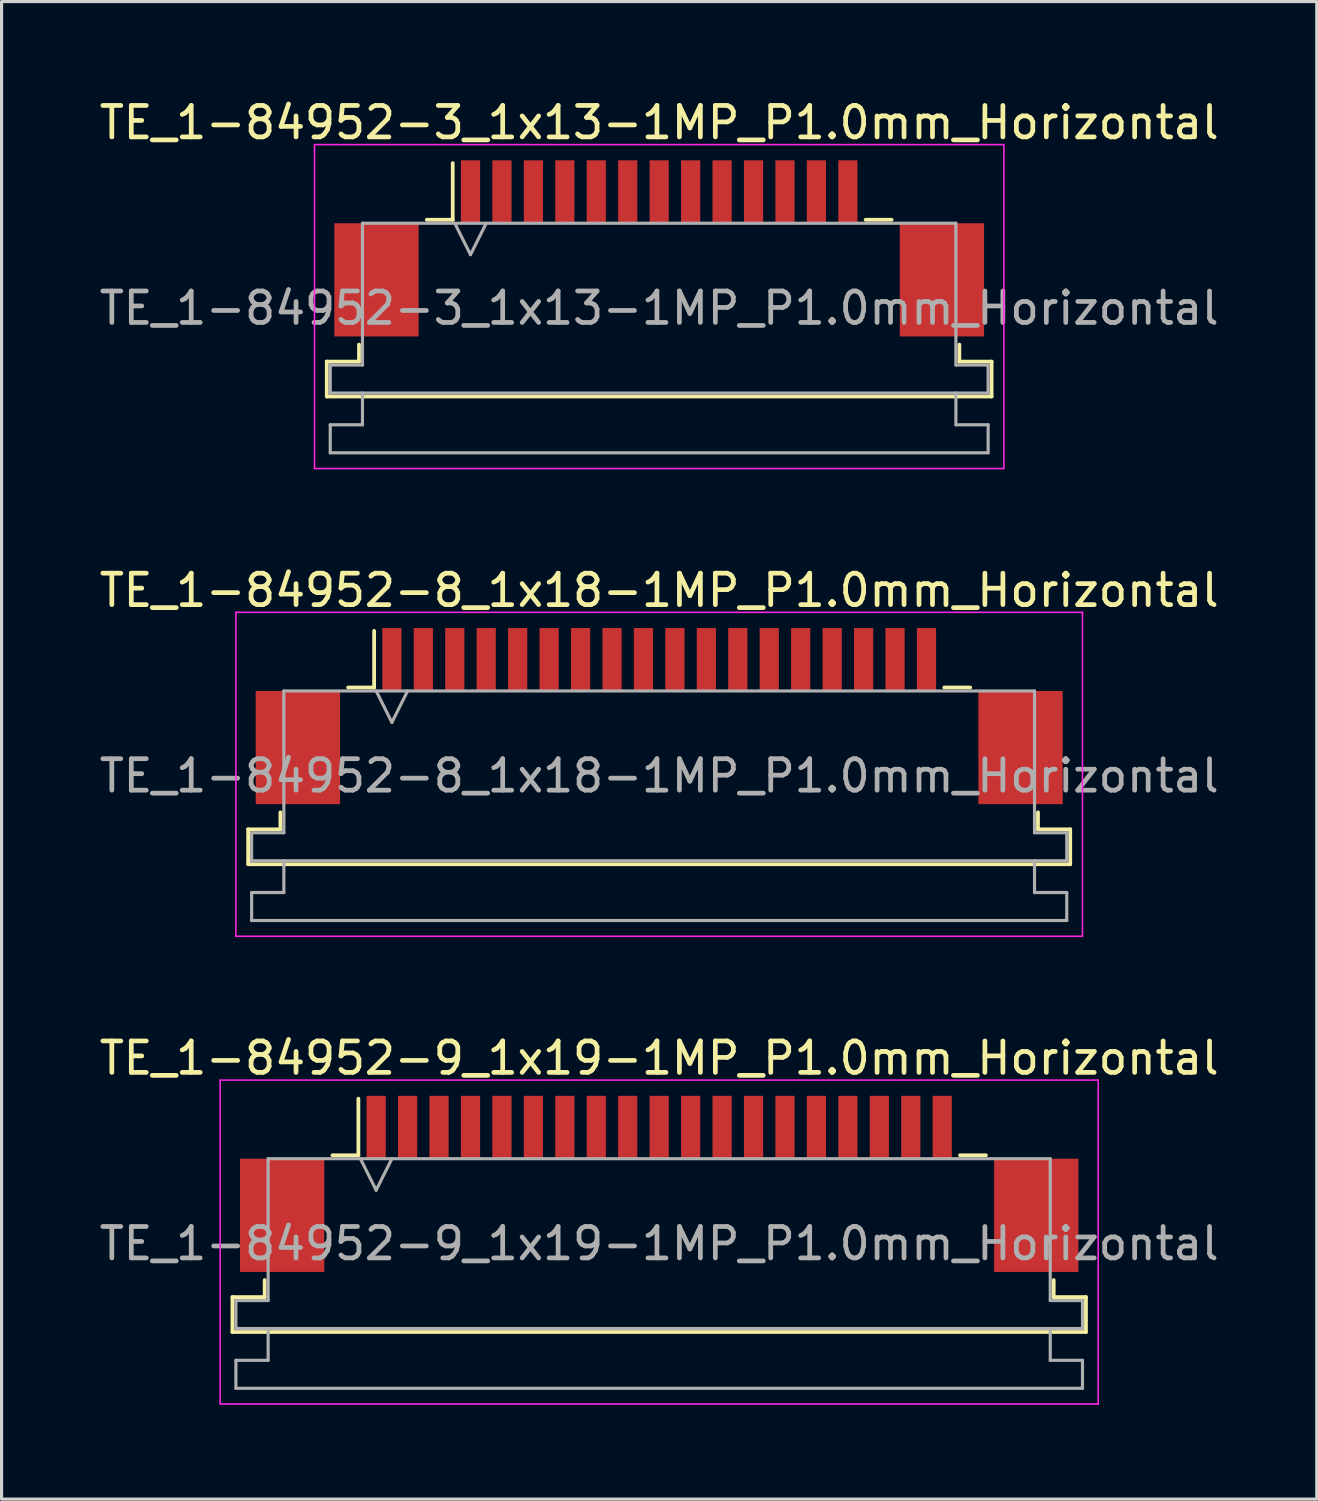
<source format=kicad_pcb>
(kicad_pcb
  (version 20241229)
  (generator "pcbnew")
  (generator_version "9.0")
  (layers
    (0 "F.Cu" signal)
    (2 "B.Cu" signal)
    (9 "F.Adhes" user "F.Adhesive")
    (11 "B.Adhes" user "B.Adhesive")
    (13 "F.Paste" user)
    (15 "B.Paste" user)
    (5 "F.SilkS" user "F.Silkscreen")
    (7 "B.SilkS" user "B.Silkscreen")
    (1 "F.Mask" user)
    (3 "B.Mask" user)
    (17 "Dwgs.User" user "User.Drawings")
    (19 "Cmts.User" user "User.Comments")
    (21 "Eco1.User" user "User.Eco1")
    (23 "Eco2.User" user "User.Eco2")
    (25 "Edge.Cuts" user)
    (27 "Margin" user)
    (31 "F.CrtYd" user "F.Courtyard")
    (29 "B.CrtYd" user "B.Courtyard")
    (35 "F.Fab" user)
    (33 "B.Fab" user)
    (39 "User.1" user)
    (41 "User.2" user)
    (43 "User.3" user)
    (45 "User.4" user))
  (footprint "TE_1-84952-3_1x13-1MP_P1.0mm_Horizontal"
    (layer "F.Cu")
    (at 17.911 4.848)
    (property "Reference" "TE_1-84952-3_1x13-1MP_P1.0mm_Horizontal" (at 0 -4 0) (layer "F.SilkS") (effects (font (size 1 1) (thickness 0.15))))
    (attr smd)
    (fp_line (start -10.57 3.6) (end -9.545 3.6) (stroke (width 0.12) (type solid)) (layer "F.SilkS"))
    (fp_line (start -10.57 4.71) (end -10.57 3.6) (stroke (width 0.12) (type solid)) (layer "F.SilkS"))
    (fp_line (start -9.545 3.6) (end -9.545 3.06) (stroke (width 0.12) (type solid)) (layer "F.SilkS"))
    (fp_line (start -7.39 -0.91) (end -6.565 -0.91) (stroke (width 0.12) (type solid)) (layer "F.SilkS"))
    (fp_line (start -6.565 -0.91) (end -6.565 -2.71) (stroke (width 0.12) (type solid)) (layer "F.SilkS"))
    (fp_line (start 6.565 -0.91) (end 7.39 -0.91) (stroke (width 0.12) (type solid)) (layer "F.SilkS"))
    (fp_line (start 9.545 3.06) (end 9.545 3.6) (stroke (width 0.12) (type solid)) (layer "F.SilkS"))
    (fp_line (start 9.545 3.6) (end 10.57 3.6) (stroke (width 0.12) (type solid)) (layer "F.SilkS"))
    (fp_line (start 10.57 3.6) (end 10.57 4.71) (stroke (width 0.12) (type solid)) (layer "F.SilkS"))
    (fp_line (start 10.57 4.71) (end -10.57 4.71) (stroke (width 0.12) (type solid)) (layer "F.SilkS"))
    (fp_line (start -10.96 -3.3) (end -10.96 7) (stroke (width 0.05) (type solid)) (layer "F.CrtYd"))
    (fp_line (start -10.96 7) (end 10.96 7) (stroke (width 0.05) (type solid)) (layer "F.CrtYd"))
    (fp_line (start 10.96 -3.3) (end -10.96 -3.3) (stroke (width 0.05) (type solid)) (layer "F.CrtYd"))
    (fp_line (start 10.96 7) (end 10.96 -3.3) (stroke (width 0.05) (type solid)) (layer "F.CrtYd"))
    (fp_line (start -10.46 3.71) (end -9.435 3.71) (stroke (width 0.1) (type solid)) (layer "F.Fab"))
    (fp_line (start -10.46 4.6) (end -10.46 3.71) (stroke (width 0.1) (type solid)) (layer "F.Fab"))
    (fp_line (start -10.46 5.61) (end -9.435 5.61) (stroke (width 0.1) (type solid)) (layer "F.Fab"))
    (fp_line (start -10.46 6.5) (end -10.46 5.61) (stroke (width 0.1) (type solid)) (layer "F.Fab"))
    (fp_line (start -9.435 -0.8) (end 9.435 -0.8) (stroke (width 0.1) (type solid)) (layer "F.Fab"))
    (fp_line (start -9.435 3.71) (end -9.435 -0.8) (stroke (width 0.1) (type solid)) (layer "F.Fab"))
    (fp_line (start -9.435 5.61) (end -9.435 4.6) (stroke (width 0.1) (type solid)) (layer "F.Fab"))
    (fp_line (start -6.5 -0.8) (end -6 0.2) (stroke (width 0.1) (type solid)) (layer "F.Fab"))
    (fp_line (start -6 0.2) (end -5.5 -0.8) (stroke (width 0.1) (type solid)) (layer "F.Fab"))
    (fp_line (start 9.435 -0.8) (end 9.435 3.71) (stroke (width 0.1) (type solid)) (layer "F.Fab"))
    (fp_line (start 9.435 3.71) (end 10.46 3.71) (stroke (width 0.1) (type solid)) (layer "F.Fab"))
    (fp_line (start 9.435 4.6) (end 9.435 5.61) (stroke (width 0.1) (type solid)) (layer "F.Fab"))
    (fp_line (start 9.435 5.61) (end 10.46 5.61) (stroke (width 0.1) (type solid)) (layer "F.Fab"))
    (fp_line (start 10.46 3.71) (end 10.46 4.6) (stroke (width 0.1) (type solid)) (layer "F.Fab"))
    (fp_line (start 10.46 4.6) (end -10.46 4.6) (stroke (width 0.1) (type solid)) (layer "F.Fab"))
    (fp_line (start 10.46 5.61) (end 10.46 6.5) (stroke (width 0.1) (type solid)) (layer "F.Fab"))
    (fp_line (start 10.46 6.5) (end -10.46 6.5) (stroke (width 0.1) (type solid)) (layer "F.Fab"))
    (fp_text user "${REFERENCE}" (at 0 1.9 0) (layer "F.Fab") (effects (font (size 1 1) (thickness 0.15))))
    (pad "1" smd rect (at -6 -1.8) (size 0.61 2) (layers "F.Cu" "F.Mask" "F.Paste"))
    (pad "2" smd rect (at -5 -1.8) (size 0.61 2) (layers "F.Cu" "F.Mask" "F.Paste"))
    (pad "3" smd rect (at -4 -1.8) (size 0.61 2) (layers "F.Cu" "F.Mask" "F.Paste"))
    (pad "4" smd rect (at -3 -1.8) (size 0.61 2) (layers "F.Cu" "F.Mask" "F.Paste"))
    (pad "5" smd rect (at -2 -1.8) (size 0.61 2) (layers "F.Cu" "F.Mask" "F.Paste"))
    (pad "6" smd rect (at -1 -1.8) (size 0.61 2) (layers "F.Cu" "F.Mask" "F.Paste"))
    (pad "7" smd rect (at 0 -1.8) (size 0.61 2) (layers "F.Cu" "F.Mask" "F.Paste"))
    (pad "8" smd rect (at 1 -1.8) (size 0.61 2) (layers "F.Cu" "F.Mask" "F.Paste"))
    (pad "9" smd rect (at 2 -1.8) (size 0.61 2) (layers "F.Cu" "F.Mask" "F.Paste"))
    (pad "10" smd rect (at 3 -1.8) (size 0.61 2) (layers "F.Cu" "F.Mask" "F.Paste"))
    (pad "11" smd rect (at 4 -1.8) (size 0.61 2) (layers "F.Cu" "F.Mask" "F.Paste"))
    (pad "12" smd rect (at 5 -1.8) (size 0.61 2) (layers "F.Cu" "F.Mask" "F.Paste"))
    (pad "13" smd rect (at 6 -1.8) (size 0.61 2) (layers "F.Cu" "F.Mask" "F.Paste"))
    (pad "MP" smd rect (at -8.99 1) (size 2.68 3.6) (layers "F.Cu" "F.Mask" "F.Paste"))
    (pad "MP" smd rect (at 8.99 1) (size 2.68 3.6) (layers "F.Cu" "F.Mask" "F.Paste")))
  (footprint "TE_1-84952-9_1x19-1MP_P1.0mm_Horizontal"
    (layer "F.Cu")
    (at 17.911 34.595)
    (property "Reference" "TE_1-84952-9_1x19-1MP_P1.0mm_Horizontal" (at 0 -4 0) (layer "F.SilkS") (effects (font (size 1 1) (thickness 0.15))))
    (attr smd)
    (fp_line (start -13.57 3.6) (end -12.545 3.6) (stroke (width 0.12) (type solid)) (layer "F.SilkS"))
    (fp_line (start -13.57 4.71) (end -13.57 3.6) (stroke (width 0.12) (type solid)) (layer "F.SilkS"))
    (fp_line (start -12.545 3.6) (end -12.545 3.06) (stroke (width 0.12) (type solid)) (layer "F.SilkS"))
    (fp_line (start -10.39 -0.91) (end -9.565 -0.91) (stroke (width 0.12) (type solid)) (layer "F.SilkS"))
    (fp_line (start -9.565 -0.91) (end -9.565 -2.71) (stroke (width 0.12) (type solid)) (layer "F.SilkS"))
    (fp_line (start 9.565 -0.91) (end 10.39 -0.91) (stroke (width 0.12) (type solid)) (layer "F.SilkS"))
    (fp_line (start 12.545 3.06) (end 12.545 3.6) (stroke (width 0.12) (type solid)) (layer "F.SilkS"))
    (fp_line (start 12.545 3.6) (end 13.57 3.6) (stroke (width 0.12) (type solid)) (layer "F.SilkS"))
    (fp_line (start 13.57 3.6) (end 13.57 4.71) (stroke (width 0.12) (type solid)) (layer "F.SilkS"))
    (fp_line (start 13.57 4.71) (end -13.57 4.71) (stroke (width 0.12) (type solid)) (layer "F.SilkS"))
    (fp_line (start -13.96 -3.3) (end -13.96 7) (stroke (width 0.05) (type solid)) (layer "F.CrtYd"))
    (fp_line (start -13.96 7) (end 13.96 7) (stroke (width 0.05) (type solid)) (layer "F.CrtYd"))
    (fp_line (start 13.96 -3.3) (end -13.96 -3.3) (stroke (width 0.05) (type solid)) (layer "F.CrtYd"))
    (fp_line (start 13.96 7) (end 13.96 -3.3) (stroke (width 0.05) (type solid)) (layer "F.CrtYd"))
    (fp_line (start -13.46 3.71) (end -12.435 3.71) (stroke (width 0.1) (type solid)) (layer "F.Fab"))
    (fp_line (start -13.46 4.6) (end -13.46 3.71) (stroke (width 0.1) (type solid)) (layer "F.Fab"))
    (fp_line (start -13.46 5.61) (end -12.435 5.61) (stroke (width 0.1) (type solid)) (layer "F.Fab"))
    (fp_line (start -13.46 6.5) (end -13.46 5.61) (stroke (width 0.1) (type solid)) (layer "F.Fab"))
    (fp_line (start -12.435 -0.8) (end 12.435 -0.8) (stroke (width 0.1) (type solid)) (layer "F.Fab"))
    (fp_line (start -12.435 3.71) (end -12.435 -0.8) (stroke (width 0.1) (type solid)) (layer "F.Fab"))
    (fp_line (start -12.435 5.61) (end -12.435 4.6) (stroke (width 0.1) (type solid)) (layer "F.Fab"))
    (fp_line (start -9.5 -0.8) (end -9 0.2) (stroke (width 0.1) (type solid)) (layer "F.Fab"))
    (fp_line (start -9 0.2) (end -8.5 -0.8) (stroke (width 0.1) (type solid)) (layer "F.Fab"))
    (fp_line (start 12.435 -0.8) (end 12.435 3.71) (stroke (width 0.1) (type solid)) (layer "F.Fab"))
    (fp_line (start 12.435 3.71) (end 13.46 3.71) (stroke (width 0.1) (type solid)) (layer "F.Fab"))
    (fp_line (start 12.435 4.6) (end 12.435 5.61) (stroke (width 0.1) (type solid)) (layer "F.Fab"))
    (fp_line (start 12.435 5.61) (end 13.46 5.61) (stroke (width 0.1) (type solid)) (layer "F.Fab"))
    (fp_line (start 13.46 3.71) (end 13.46 4.6) (stroke (width 0.1) (type solid)) (layer "F.Fab"))
    (fp_line (start 13.46 4.6) (end -13.46 4.6) (stroke (width 0.1) (type solid)) (layer "F.Fab"))
    (fp_line (start 13.46 5.61) (end 13.46 6.5) (stroke (width 0.1) (type solid)) (layer "F.Fab"))
    (fp_line (start 13.46 6.5) (end -13.46 6.5) (stroke (width 0.1) (type solid)) (layer "F.Fab"))
    (fp_text user "${REFERENCE}" (at 0 1.9 0) (layer "F.Fab") (effects (font (size 1 1) (thickness 0.15))))
    (pad "1" smd rect (at -9 -1.8) (size 0.61 2) (layers "F.Cu" "F.Mask" "F.Paste"))
    (pad "2" smd rect (at -8 -1.8) (size 0.61 2) (layers "F.Cu" "F.Mask" "F.Paste"))
    (pad "3" smd rect (at -7 -1.8) (size 0.61 2) (layers "F.Cu" "F.Mask" "F.Paste"))
    (pad "4" smd rect (at -6 -1.8) (size 0.61 2) (layers "F.Cu" "F.Mask" "F.Paste"))
    (pad "5" smd rect (at -5 -1.8) (size 0.61 2) (layers "F.Cu" "F.Mask" "F.Paste"))
    (pad "6" smd rect (at -4 -1.8) (size 0.61 2) (layers "F.Cu" "F.Mask" "F.Paste"))
    (pad "7" smd rect (at -3 -1.8) (size 0.61 2) (layers "F.Cu" "F.Mask" "F.Paste"))
    (pad "8" smd rect (at -2 -1.8) (size 0.61 2) (layers "F.Cu" "F.Mask" "F.Paste"))
    (pad "9" smd rect (at -1 -1.8) (size 0.61 2) (layers "F.Cu" "F.Mask" "F.Paste"))
    (pad "10" smd rect (at 0 -1.8) (size 0.61 2) (layers "F.Cu" "F.Mask" "F.Paste"))
    (pad "11" smd rect (at 1 -1.8) (size 0.61 2) (layers "F.Cu" "F.Mask" "F.Paste"))
    (pad "12" smd rect (at 2 -1.8) (size 0.61 2) (layers "F.Cu" "F.Mask" "F.Paste"))
    (pad "13" smd rect (at 3 -1.8) (size 0.61 2) (layers "F.Cu" "F.Mask" "F.Paste"))
    (pad "14" smd rect (at 4 -1.8) (size 0.61 2) (layers "F.Cu" "F.Mask" "F.Paste"))
    (pad "15" smd rect (at 5 -1.8) (size 0.61 2) (layers "F.Cu" "F.Mask" "F.Paste"))
    (pad "16" smd rect (at 6 -1.8) (size 0.61 2) (layers "F.Cu" "F.Mask" "F.Paste"))
    (pad "17" smd rect (at 7 -1.8) (size 0.61 2) (layers "F.Cu" "F.Mask" "F.Paste"))
    (pad "18" smd rect (at 8 -1.8) (size 0.61 2) (layers "F.Cu" "F.Mask" "F.Paste"))
    (pad "19" smd rect (at 9 -1.8) (size 0.61 2) (layers "F.Cu" "F.Mask" "F.Paste"))
    (pad "MP" smd rect (at -11.99 1) (size 2.68 3.6) (layers "F.Cu" "F.Mask" "F.Paste"))
    (pad "MP" smd rect (at 11.99 1) (size 2.68 3.6) (layers "F.Cu" "F.Mask" "F.Paste")))
  (footprint "TE_1-84952-8_1x18-1MP_P1.0mm_Horizontal"
    (layer "F.Cu")
    (at 17.911 19.721)
    (property "Reference" "TE_1-84952-8_1x18-1MP_P1.0mm_Horizontal" (at 0 -4 0) (layer "F.SilkS") (effects (font (size 1 1) (thickness 0.15))))
    (attr smd)
    (fp_line (start -13.07 3.6) (end -12.045 3.6) (stroke (width 0.12) (type solid)) (layer "F.SilkS"))
    (fp_line (start -13.07 4.71) (end -13.07 3.6) (stroke (width 0.12) (type solid)) (layer "F.SilkS"))
    (fp_line (start -12.045 3.6) (end -12.045 3.06) (stroke (width 0.12) (type solid)) (layer "F.SilkS"))
    (fp_line (start -9.89 -0.91) (end -9.065 -0.91) (stroke (width 0.12) (type solid)) (layer "F.SilkS"))
    (fp_line (start -9.065 -0.91) (end -9.065 -2.71) (stroke (width 0.12) (type solid)) (layer "F.SilkS"))
    (fp_line (start 9.065 -0.91) (end 9.89 -0.91) (stroke (width 0.12) (type solid)) (layer "F.SilkS"))
    (fp_line (start 12.045 3.06) (end 12.045 3.6) (stroke (width 0.12) (type solid)) (layer "F.SilkS"))
    (fp_line (start 12.045 3.6) (end 13.07 3.6) (stroke (width 0.12) (type solid)) (layer "F.SilkS"))
    (fp_line (start 13.07 3.6) (end 13.07 4.71) (stroke (width 0.12) (type solid)) (layer "F.SilkS"))
    (fp_line (start 13.07 4.71) (end -13.07 4.71) (stroke (width 0.12) (type solid)) (layer "F.SilkS"))
    (fp_line (start -13.46 -3.3) (end -13.46 7) (stroke (width 0.05) (type solid)) (layer "F.CrtYd"))
    (fp_line (start -13.46 7) (end 13.46 7) (stroke (width 0.05) (type solid)) (layer "F.CrtYd"))
    (fp_line (start 13.46 -3.3) (end -13.46 -3.3) (stroke (width 0.05) (type solid)) (layer "F.CrtYd"))
    (fp_line (start 13.46 7) (end 13.46 -3.3) (stroke (width 0.05) (type solid)) (layer "F.CrtYd"))
    (fp_line (start -12.96 3.71) (end -11.935 3.71) (stroke (width 0.1) (type solid)) (layer "F.Fab"))
    (fp_line (start -12.96 4.6) (end -12.96 3.71) (stroke (width 0.1) (type solid)) (layer "F.Fab"))
    (fp_line (start -12.96 5.61) (end -11.935 5.61) (stroke (width 0.1) (type solid)) (layer "F.Fab"))
    (fp_line (start -12.96 6.5) (end -12.96 5.61) (stroke (width 0.1) (type solid)) (layer "F.Fab"))
    (fp_line (start -11.935 -0.8) (end 11.935 -0.8) (stroke (width 0.1) (type solid)) (layer "F.Fab"))
    (fp_line (start -11.935 3.71) (end -11.935 -0.8) (stroke (width 0.1) (type solid)) (layer "F.Fab"))
    (fp_line (start -11.935 5.61) (end -11.935 4.6) (stroke (width 0.1) (type solid)) (layer "F.Fab"))
    (fp_line (start -9 -0.8) (end -8.5 0.2) (stroke (width 0.1) (type solid)) (layer "F.Fab"))
    (fp_line (start -8.5 0.2) (end -8 -0.8) (stroke (width 0.1) (type solid)) (layer "F.Fab"))
    (fp_line (start 11.935 -0.8) (end 11.935 3.71) (stroke (width 0.1) (type solid)) (layer "F.Fab"))
    (fp_line (start 11.935 3.71) (end 12.96 3.71) (stroke (width 0.1) (type solid)) (layer "F.Fab"))
    (fp_line (start 11.935 4.6) (end 11.935 5.61) (stroke (width 0.1) (type solid)) (layer "F.Fab"))
    (fp_line (start 11.935 5.61) (end 12.96 5.61) (stroke (width 0.1) (type solid)) (layer "F.Fab"))
    (fp_line (start 12.96 3.71) (end 12.96 4.6) (stroke (width 0.1) (type solid)) (layer "F.Fab"))
    (fp_line (start 12.96 4.6) (end -12.96 4.6) (stroke (width 0.1) (type solid)) (layer "F.Fab"))
    (fp_line (start 12.96 5.61) (end 12.96 6.5) (stroke (width 0.1) (type solid)) (layer "F.Fab"))
    (fp_line (start 12.96 6.5) (end -12.96 6.5) (stroke (width 0.1) (type solid)) (layer "F.Fab"))
    (fp_text user "${REFERENCE}" (at 0 1.9 0) (layer "F.Fab") (effects (font (size 1 1) (thickness 0.15))))
    (pad "1" smd rect (at -8.5 -1.8) (size 0.61 2) (layers "F.Cu" "F.Mask" "F.Paste"))
    (pad "2" smd rect (at -7.5 -1.8) (size 0.61 2) (layers "F.Cu" "F.Mask" "F.Paste"))
    (pad "3" smd rect (at -6.5 -1.8) (size 0.61 2) (layers "F.Cu" "F.Mask" "F.Paste"))
    (pad "4" smd rect (at -5.5 -1.8) (size 0.61 2) (layers "F.Cu" "F.Mask" "F.Paste"))
    (pad "5" smd rect (at -4.5 -1.8) (size 0.61 2) (layers "F.Cu" "F.Mask" "F.Paste"))
    (pad "6" smd rect (at -3.5 -1.8) (size 0.61 2) (layers "F.Cu" "F.Mask" "F.Paste"))
    (pad "7" smd rect (at -2.5 -1.8) (size 0.61 2) (layers "F.Cu" "F.Mask" "F.Paste"))
    (pad "8" smd rect (at -1.5 -1.8) (size 0.61 2) (layers "F.Cu" "F.Mask" "F.Paste"))
    (pad "9" smd rect (at -0.5 -1.8) (size 0.61 2) (layers "F.Cu" "F.Mask" "F.Paste"))
    (pad "10" smd rect (at 0.5 -1.8) (size 0.61 2) (layers "F.Cu" "F.Mask" "F.Paste"))
    (pad "11" smd rect (at 1.5 -1.8) (size 0.61 2) (layers "F.Cu" "F.Mask" "F.Paste"))
    (pad "12" smd rect (at 2.5 -1.8) (size 0.61 2) (layers "F.Cu" "F.Mask" "F.Paste"))
    (pad "13" smd rect (at 3.5 -1.8) (size 0.61 2) (layers "F.Cu" "F.Mask" "F.Paste"))
    (pad "14" smd rect (at 4.5 -1.8) (size 0.61 2) (layers "F.Cu" "F.Mask" "F.Paste"))
    (pad "15" smd rect (at 5.5 -1.8) (size 0.61 2) (layers "F.Cu" "F.Mask" "F.Paste"))
    (pad "16" smd rect (at 6.5 -1.8) (size 0.61 2) (layers "F.Cu" "F.Mask" "F.Paste"))
    (pad "17" smd rect (at 7.5 -1.8) (size 0.61 2) (layers "F.Cu" "F.Mask" "F.Paste"))
    (pad "18" smd rect (at 8.5 -1.8) (size 0.61 2) (layers "F.Cu" "F.Mask" "F.Paste"))
    (pad "MP" smd rect (at -11.49 1) (size 2.68 3.6) (layers "F.Cu" "F.Mask" "F.Paste"))
    (pad "MP" smd rect (at 11.49 1) (size 2.68 3.6) (layers "F.Cu" "F.Mask" "F.Paste")))
  (gr_rect
    (start -3 -3)
    (end 38.821 44.62)
    (stroke (width 0.1) (type default))
    (fill no)
    (layer "Edge.Cuts")))
</source>
